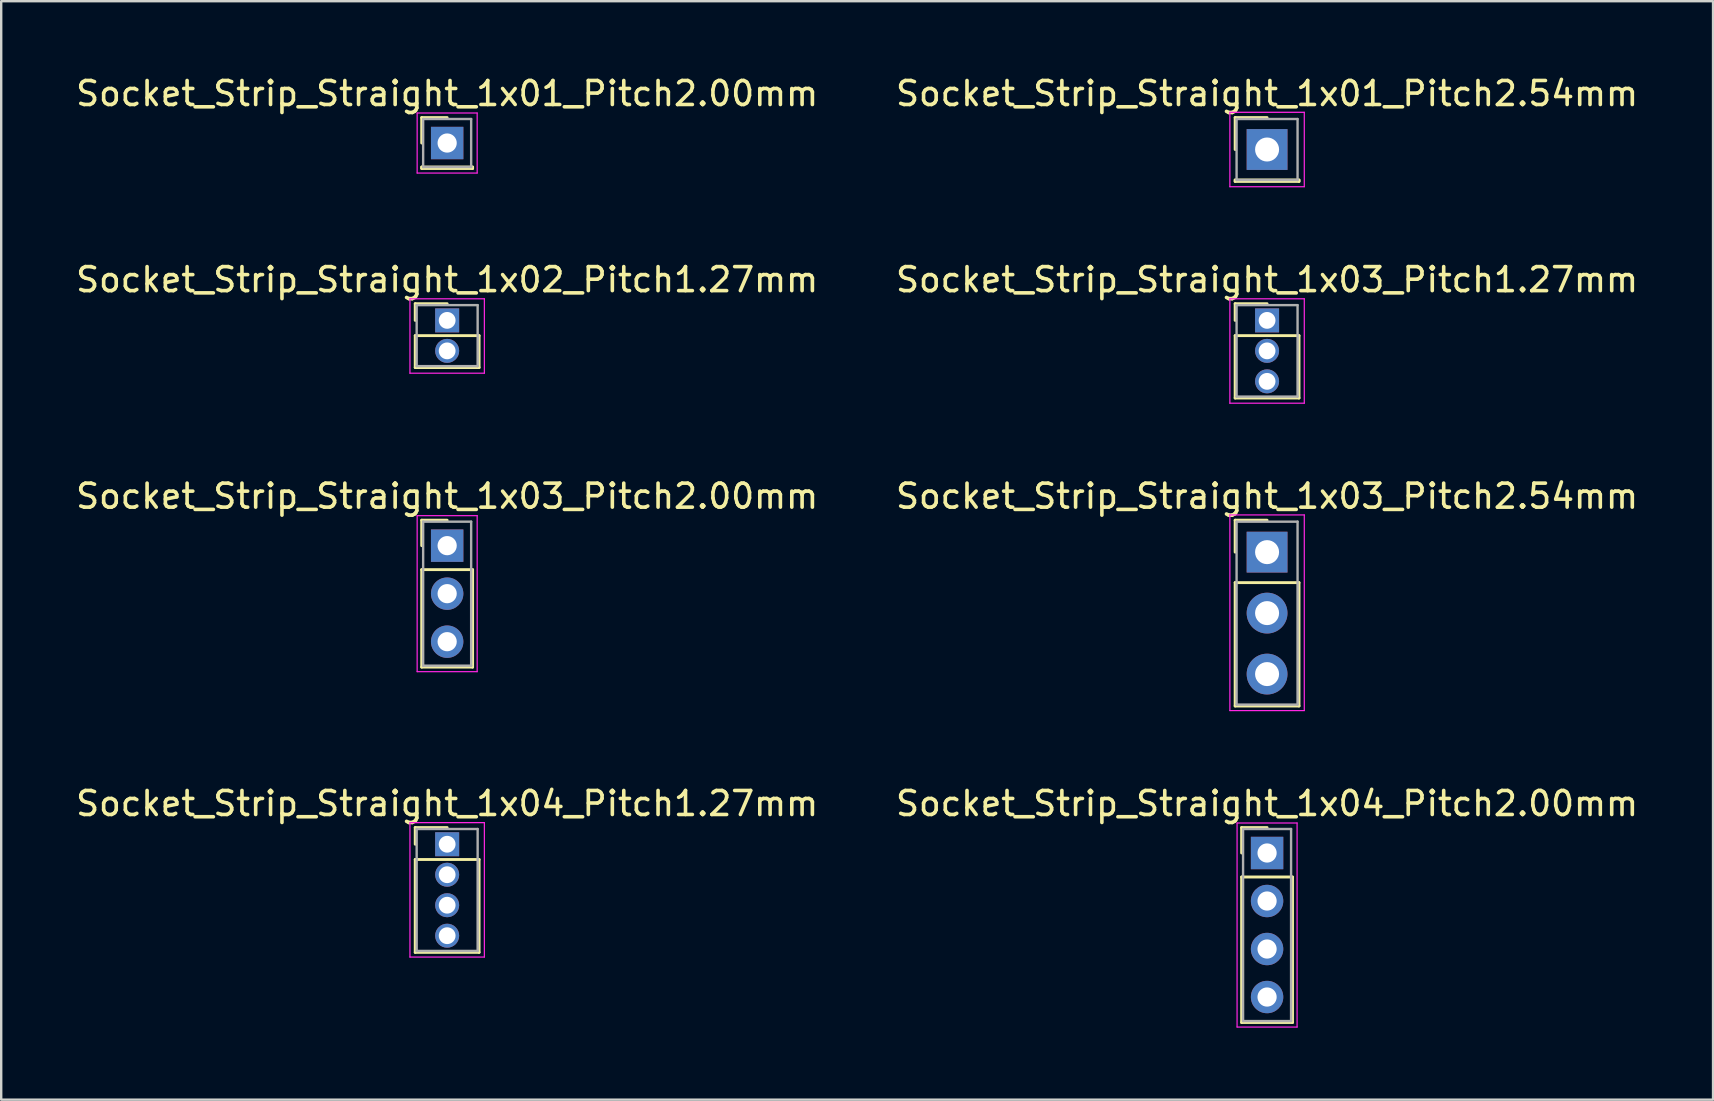
<source format=kicad_pcb>
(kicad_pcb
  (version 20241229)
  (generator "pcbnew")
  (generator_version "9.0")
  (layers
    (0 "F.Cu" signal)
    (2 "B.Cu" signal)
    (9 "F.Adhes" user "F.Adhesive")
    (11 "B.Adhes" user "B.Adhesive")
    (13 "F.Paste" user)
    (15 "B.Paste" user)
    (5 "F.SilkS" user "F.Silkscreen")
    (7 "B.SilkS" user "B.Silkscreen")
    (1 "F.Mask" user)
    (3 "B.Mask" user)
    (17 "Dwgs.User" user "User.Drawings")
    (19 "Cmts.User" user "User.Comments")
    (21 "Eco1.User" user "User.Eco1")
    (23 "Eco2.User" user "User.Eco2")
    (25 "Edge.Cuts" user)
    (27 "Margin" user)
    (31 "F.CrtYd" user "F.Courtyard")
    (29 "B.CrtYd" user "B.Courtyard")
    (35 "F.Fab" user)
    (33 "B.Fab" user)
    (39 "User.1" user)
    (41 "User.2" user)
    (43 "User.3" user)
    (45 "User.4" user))
  (footprint "Socket_Strip_Straight_1x03_Pitch1.27mm"
    (layer "F.Cu")
    (at 49.732 10.296)
    (property "Reference" "Socket_Strip_Straight_1x03_Pitch1.27mm" (at 0 -1.695 0) (layer "F.SilkS") (effects (font (size 1 1) (thickness 0.15))))
    (attr through_hole)
    (fp_line (start -1.33 -0.695) (end 0 -0.695) (stroke (width 0.12) (type solid)) (layer "F.SilkS"))
    (fp_line (start -1.33 0) (end -1.33 -0.695) (stroke (width 0.12) (type solid)) (layer "F.SilkS"))
    (fp_line (start -1.33 0.635) (end -1.33 3.235) (stroke (width 0.12) (type solid)) (layer "F.SilkS"))
    (fp_line (start -1.33 3.235) (end 1.33 3.235) (stroke (width 0.12) (type solid)) (layer "F.SilkS"))
    (fp_line (start 1.33 0.635) (end -1.33 0.635) (stroke (width 0.12) (type solid)) (layer "F.SilkS"))
    (fp_line (start 1.33 3.235) (end 1.33 0.635) (stroke (width 0.12) (type solid)) (layer "F.SilkS"))
    (fp_line (start -1.55 -0.9) (end -1.55 3.45) (stroke (width 0.05) (type solid)) (layer "F.CrtYd"))
    (fp_line (start -1.55 3.45) (end 1.55 3.45) (stroke (width 0.05) (type solid)) (layer "F.CrtYd"))
    (fp_line (start 1.55 -0.9) (end -1.55 -0.9) (stroke (width 0.05) (type solid)) (layer "F.CrtYd"))
    (fp_line (start 1.55 3.45) (end 1.55 -0.9) (stroke (width 0.05) (type solid)) (layer "F.CrtYd"))
    (fp_line (start -1.27 -0.635) (end -1.27 3.175) (stroke (width 0.1) (type solid)) (layer "F.Fab"))
    (fp_line (start -1.27 3.175) (end 1.27 3.175) (stroke (width 0.1) (type solid)) (layer "F.Fab"))
    (fp_line (start 1.27 -0.635) (end -1.27 -0.635) (stroke (width 0.1) (type solid)) (layer "F.Fab"))
    (fp_line (start 1.27 3.175) (end 1.27 -0.635) (stroke (width 0.1) (type solid)) (layer "F.Fab"))
    (pad "1" thru_hole rect (at 0 0) (size 1 1) (drill 0.7) (layers "*.Cu" "*.Mask"))
    (pad "2" thru_hole oval (at 0 1.27) (size 1 1) (drill 0.7) (layers "*.Cu" "*.Mask"))
    (pad "3" thru_hole oval (at 0 2.54) (size 1 1) (drill 0.7) (layers "*.Cu" "*.Mask")))
  (footprint "Socket_Strip_Straight_1x01_Pitch2.00mm"
    (layer "F.Cu")
    (at 15.577 2.908)
    (property "Reference" "Socket_Strip_Straight_1x01_Pitch2.00mm" (at 0 -2.06 0) (layer "F.SilkS") (effects (font (size 1 1) (thickness 0.15))))
    (attr through_hole)
    (fp_line (start -1.06 -1.06) (end 0 -1.06) (stroke (width 0.12) (type solid)) (layer "F.SilkS"))
    (fp_line (start -1.06 0) (end -1.06 -1.06) (stroke (width 0.12) (type solid)) (layer "F.SilkS"))
    (fp_line (start -1.06 1) (end -1.06 1.06) (stroke (width 0.12) (type solid)) (layer "F.SilkS"))
    (fp_line (start -1.06 1.06) (end 1.06 1.06) (stroke (width 0.12) (type solid)) (layer "F.SilkS"))
    (fp_line (start 1.06 1) (end -1.06 1) (stroke (width 0.12) (type solid)) (layer "F.SilkS"))
    (fp_line (start 1.06 1.06) (end 1.06 1) (stroke (width 0.12) (type solid)) (layer "F.SilkS"))
    (fp_line (start -1.25 -1.25) (end -1.25 1.25) (stroke (width 0.05) (type solid)) (layer "F.CrtYd"))
    (fp_line (start -1.25 1.25) (end 1.25 1.25) (stroke (width 0.05) (type solid)) (layer "F.CrtYd"))
    (fp_line (start 1.25 -1.25) (end -1.25 -1.25) (stroke (width 0.05) (type solid)) (layer "F.CrtYd"))
    (fp_line (start 1.25 1.25) (end 1.25 -1.25) (stroke (width 0.05) (type solid)) (layer "F.CrtYd"))
    (fp_line (start -1 -1) (end -1 1) (stroke (width 0.1) (type solid)) (layer "F.Fab"))
    (fp_line (start -1 1) (end 1 1) (stroke (width 0.1) (type solid)) (layer "F.Fab"))
    (fp_line (start 1 -1) (end -1 -1) (stroke (width 0.1) (type solid)) (layer "F.Fab"))
    (fp_line (start 1 1) (end 1 -1) (stroke (width 0.1) (type solid)) (layer "F.Fab"))
    (pad "1" thru_hole rect (at 0 0) (size 1.35 1.35) (drill 0.8) (layers "*.Cu" "*.Mask")))
  (footprint "Socket_Strip_Straight_1x01_Pitch2.54mm"
    (layer "F.Cu")
    (at 49.732 3.178)
    (property "Reference" "Socket_Strip_Straight_1x01_Pitch2.54mm" (at 0 -2.33 0) (layer "F.SilkS") (effects (font (size 1 1) (thickness 0.15))))
    (attr through_hole)
    (fp_line (start -1.33 -1.33) (end 0 -1.33) (stroke (width 0.12) (type solid)) (layer "F.SilkS"))
    (fp_line (start -1.33 0) (end -1.33 -1.33) (stroke (width 0.12) (type solid)) (layer "F.SilkS"))
    (fp_line (start -1.33 1.27) (end -1.33 1.33) (stroke (width 0.12) (type solid)) (layer "F.SilkS"))
    (fp_line (start -1.33 1.33) (end 1.33 1.33) (stroke (width 0.12) (type solid)) (layer "F.SilkS"))
    (fp_line (start 1.33 1.27) (end -1.33 1.27) (stroke (width 0.12) (type solid)) (layer "F.SilkS"))
    (fp_line (start 1.33 1.33) (end 1.33 1.27) (stroke (width 0.12) (type solid)) (layer "F.SilkS"))
    (fp_line (start -1.55 -1.55) (end -1.55 1.55) (stroke (width 0.05) (type solid)) (layer "F.CrtYd"))
    (fp_line (start -1.55 1.55) (end 1.55 1.55) (stroke (width 0.05) (type solid)) (layer "F.CrtYd"))
    (fp_line (start 1.55 -1.55) (end -1.55 -1.55) (stroke (width 0.05) (type solid)) (layer "F.CrtYd"))
    (fp_line (start 1.55 1.55) (end 1.55 -1.55) (stroke (width 0.05) (type solid)) (layer "F.CrtYd"))
    (fp_line (start -1.27 -1.27) (end -1.27 1.27) (stroke (width 0.1) (type solid)) (layer "F.Fab"))
    (fp_line (start -1.27 1.27) (end 1.27 1.27) (stroke (width 0.1) (type solid)) (layer "F.Fab"))
    (fp_line (start 1.27 -1.27) (end -1.27 -1.27) (stroke (width 0.1) (type solid)) (layer "F.Fab"))
    (fp_line (start 1.27 1.27) (end 1.27 -1.27) (stroke (width 0.1) (type solid)) (layer "F.Fab"))
    (pad "1" thru_hole rect (at 0 0) (size 1.7 1.7) (drill 1) (layers "*.Cu" "*.Mask")))
  (footprint "Socket_Strip_Straight_1x03_Pitch2.00mm"
    (layer "F.Cu")
    (at 15.577 19.68)
    (property "Reference" "Socket_Strip_Straight_1x03_Pitch2.00mm" (at 0 -2.06 0) (layer "F.SilkS") (effects (font (size 1 1) (thickness 0.15))))
    (attr through_hole)
    (fp_line (start -1.06 -1.06) (end 0 -1.06) (stroke (width 0.12) (type solid)) (layer "F.SilkS"))
    (fp_line (start -1.06 0) (end -1.06 -1.06) (stroke (width 0.12) (type solid)) (layer "F.SilkS"))
    (fp_line (start -1.06 1) (end -1.06 5.06) (stroke (width 0.12) (type solid)) (layer "F.SilkS"))
    (fp_line (start -1.06 5.06) (end 1.06 5.06) (stroke (width 0.12) (type solid)) (layer "F.SilkS"))
    (fp_line (start 1.06 1) (end -1.06 1) (stroke (width 0.12) (type solid)) (layer "F.SilkS"))
    (fp_line (start 1.06 5.06) (end 1.06 1) (stroke (width 0.12) (type solid)) (layer "F.SilkS"))
    (fp_line (start -1.25 -1.25) (end -1.25 5.25) (stroke (width 0.05) (type solid)) (layer "F.CrtYd"))
    (fp_line (start -1.25 5.25) (end 1.25 5.25) (stroke (width 0.05) (type solid)) (layer "F.CrtYd"))
    (fp_line (start 1.25 -1.25) (end -1.25 -1.25) (stroke (width 0.05) (type solid)) (layer "F.CrtYd"))
    (fp_line (start 1.25 5.25) (end 1.25 -1.25) (stroke (width 0.05) (type solid)) (layer "F.CrtYd"))
    (fp_line (start -1 -1) (end -1 5) (stroke (width 0.1) (type solid)) (layer "F.Fab"))
    (fp_line (start -1 5) (end 1 5) (stroke (width 0.1) (type solid)) (layer "F.Fab"))
    (fp_line (start 1 -1) (end -1 -1) (stroke (width 0.1) (type solid)) (layer "F.Fab"))
    (fp_line (start 1 5) (end 1 -1) (stroke (width 0.1) (type solid)) (layer "F.Fab"))
    (pad "1" thru_hole rect (at 0 0) (size 1.35 1.35) (drill 0.8) (layers "*.Cu" "*.Mask"))
    (pad "2" thru_hole oval (at 0 2) (size 1.35 1.35) (drill 0.8) (layers "*.Cu" "*.Mask"))
    (pad "3" thru_hole oval (at 0 4) (size 1.35 1.35) (drill 0.8) (layers "*.Cu" "*.Mask")))
  (footprint "Socket_Strip_Straight_1x04_Pitch1.27mm"
    (layer "F.Cu")
    (at 15.577 32.118)
    (property "Reference" "Socket_Strip_Straight_1x04_Pitch1.27mm" (at 0 -1.695 0) (layer "F.SilkS") (effects (font (size 1 1) (thickness 0.15))))
    (attr through_hole)
    (fp_line (start -1.33 -0.695) (end 0 -0.695) (stroke (width 0.12) (type solid)) (layer "F.SilkS"))
    (fp_line (start -1.33 0) (end -1.33 -0.695) (stroke (width 0.12) (type solid)) (layer "F.SilkS"))
    (fp_line (start -1.33 0.635) (end -1.33 4.505) (stroke (width 0.12) (type solid)) (layer "F.SilkS"))
    (fp_line (start -1.33 4.505) (end 1.33 4.505) (stroke (width 0.12) (type solid)) (layer "F.SilkS"))
    (fp_line (start 1.33 0.635) (end -1.33 0.635) (stroke (width 0.12) (type solid)) (layer "F.SilkS"))
    (fp_line (start 1.33 4.505) (end 1.33 0.635) (stroke (width 0.12) (type solid)) (layer "F.SilkS"))
    (fp_line (start -1.55 -0.9) (end -1.55 4.7) (stroke (width 0.05) (type solid)) (layer "F.CrtYd"))
    (fp_line (start -1.55 4.7) (end 1.55 4.7) (stroke (width 0.05) (type solid)) (layer "F.CrtYd"))
    (fp_line (start 1.55 -0.9) (end -1.55 -0.9) (stroke (width 0.05) (type solid)) (layer "F.CrtYd"))
    (fp_line (start 1.55 4.7) (end 1.55 -0.9) (stroke (width 0.05) (type solid)) (layer "F.CrtYd"))
    (fp_line (start -1.27 -0.635) (end -1.27 4.445) (stroke (width 0.1) (type solid)) (layer "F.Fab"))
    (fp_line (start -1.27 4.445) (end 1.27 4.445) (stroke (width 0.1) (type solid)) (layer "F.Fab"))
    (fp_line (start 1.27 -0.635) (end -1.27 -0.635) (stroke (width 0.1) (type solid)) (layer "F.Fab"))
    (fp_line (start 1.27 4.445) (end 1.27 -0.635) (stroke (width 0.1) (type solid)) (layer "F.Fab"))
    (pad "1" thru_hole rect (at 0 0) (size 1 1) (drill 0.7) (layers "*.Cu" "*.Mask"))
    (pad "2" thru_hole oval (at 0 1.27) (size 1 1) (drill 0.7) (layers "*.Cu" "*.Mask"))
    (pad "3" thru_hole oval (at 0 2.54) (size 1 1) (drill 0.7) (layers "*.Cu" "*.Mask"))
    (pad "4" thru_hole oval (at 0 3.81) (size 1 1) (drill 0.7) (layers "*.Cu" "*.Mask")))
  (footprint "Socket_Strip_Straight_1x03_Pitch2.54mm"
    (layer "F.Cu")
    (at 49.732 19.95)
    (property "Reference" "Socket_Strip_Straight_1x03_Pitch2.54mm" (at 0 -2.33 0) (layer "F.SilkS") (effects (font (size 1 1) (thickness 0.15))))
    (attr through_hole)
    (fp_line (start -1.33 -1.33) (end 0 -1.33) (stroke (width 0.12) (type solid)) (layer "F.SilkS"))
    (fp_line (start -1.33 0) (end -1.33 -1.33) (stroke (width 0.12) (type solid)) (layer "F.SilkS"))
    (fp_line (start -1.33 1.27) (end -1.33 6.41) (stroke (width 0.12) (type solid)) (layer "F.SilkS"))
    (fp_line (start -1.33 6.41) (end 1.33 6.41) (stroke (width 0.12) (type solid)) (layer "F.SilkS"))
    (fp_line (start 1.33 1.27) (end -1.33 1.27) (stroke (width 0.12) (type solid)) (layer "F.SilkS"))
    (fp_line (start 1.33 6.41) (end 1.33 1.27) (stroke (width 0.12) (type solid)) (layer "F.SilkS"))
    (fp_line (start -1.55 -1.55) (end -1.55 6.6) (stroke (width 0.05) (type solid)) (layer "F.CrtYd"))
    (fp_line (start -1.55 6.6) (end 1.55 6.6) (stroke (width 0.05) (type solid)) (layer "F.CrtYd"))
    (fp_line (start 1.55 -1.55) (end -1.55 -1.55) (stroke (width 0.05) (type solid)) (layer "F.CrtYd"))
    (fp_line (start 1.55 6.6) (end 1.55 -1.55) (stroke (width 0.05) (type solid)) (layer "F.CrtYd"))
    (fp_line (start -1.27 -1.27) (end -1.27 6.35) (stroke (width 0.1) (type solid)) (layer "F.Fab"))
    (fp_line (start -1.27 6.35) (end 1.27 6.35) (stroke (width 0.1) (type solid)) (layer "F.Fab"))
    (fp_line (start 1.27 -1.27) (end -1.27 -1.27) (stroke (width 0.1) (type solid)) (layer "F.Fab"))
    (fp_line (start 1.27 6.35) (end 1.27 -1.27) (stroke (width 0.1) (type solid)) (layer "F.Fab"))
    (pad "1" thru_hole rect (at 0 0) (size 1.7 1.7) (drill 1) (layers "*.Cu" "*.Mask"))
    (pad "2" thru_hole oval (at 0 2.54) (size 1.7 1.7) (drill 1) (layers "*.Cu" "*.Mask"))
    (pad "3" thru_hole oval (at 0 5.08) (size 1.7 1.7) (drill 1) (layers "*.Cu" "*.Mask")))
  (footprint "Socket_Strip_Straight_1x02_Pitch1.27mm"
    (layer "F.Cu")
    (at 15.577 10.296)
    (property "Reference" "Socket_Strip_Straight_1x02_Pitch1.27mm" (at 0 -1.695 0) (layer "F.SilkS") (effects (font (size 1 1) (thickness 0.15))))
    (attr through_hole)
    (fp_line (start -1.33 -0.695) (end 0 -0.695) (stroke (width 0.12) (type solid)) (layer "F.SilkS"))
    (fp_line (start -1.33 0) (end -1.33 -0.695) (stroke (width 0.12) (type solid)) (layer "F.SilkS"))
    (fp_line (start -1.33 0.635) (end -1.33 1.965) (stroke (width 0.12) (type solid)) (layer "F.SilkS"))
    (fp_line (start -1.33 1.965) (end 1.33 1.965) (stroke (width 0.12) (type solid)) (layer "F.SilkS"))
    (fp_line (start 1.33 0.635) (end -1.33 0.635) (stroke (width 0.12) (type solid)) (layer "F.SilkS"))
    (fp_line (start 1.33 1.965) (end 1.33 0.635) (stroke (width 0.12) (type solid)) (layer "F.SilkS"))
    (fp_line (start -1.55 -0.9) (end -1.55 2.2) (stroke (width 0.05) (type solid)) (layer "F.CrtYd"))
    (fp_line (start -1.55 2.2) (end 1.55 2.2) (stroke (width 0.05) (type solid)) (layer "F.CrtYd"))
    (fp_line (start 1.55 -0.9) (end -1.55 -0.9) (stroke (width 0.05) (type solid)) (layer "F.CrtYd"))
    (fp_line (start 1.55 2.2) (end 1.55 -0.9) (stroke (width 0.05) (type solid)) (layer "F.CrtYd"))
    (fp_line (start -1.27 -0.635) (end -1.27 1.905) (stroke (width 0.1) (type solid)) (layer "F.Fab"))
    (fp_line (start -1.27 1.905) (end 1.27 1.905) (stroke (width 0.1) (type solid)) (layer "F.Fab"))
    (fp_line (start 1.27 -0.635) (end -1.27 -0.635) (stroke (width 0.1) (type solid)) (layer "F.Fab"))
    (fp_line (start 1.27 1.905) (end 1.27 -0.635) (stroke (width 0.1) (type solid)) (layer "F.Fab"))
    (pad "1" thru_hole rect (at 0 0) (size 1 1) (drill 0.7) (layers "*.Cu" "*.Mask"))
    (pad "2" thru_hole oval (at 0 1.27) (size 1 1) (drill 0.7) (layers "*.Cu" "*.Mask")))
  (footprint "Socket_Strip_Straight_1x04_Pitch2.00mm"
    (layer "F.Cu")
    (at 49.732 32.483)
    (property "Reference" "Socket_Strip_Straight_1x04_Pitch2.00mm" (at 0 -2.06 0) (layer "F.SilkS") (effects (font (size 1 1) (thickness 0.15))))
    (attr through_hole)
    (fp_line (start -1.06 -1.06) (end 0 -1.06) (stroke (width 0.12) (type solid)) (layer "F.SilkS"))
    (fp_line (start -1.06 0) (end -1.06 -1.06) (stroke (width 0.12) (type solid)) (layer "F.SilkS"))
    (fp_line (start -1.06 1) (end -1.06 7.06) (stroke (width 0.12) (type solid)) (layer "F.SilkS"))
    (fp_line (start -1.06 7.06) (end 1.06 7.06) (stroke (width 0.12) (type solid)) (layer "F.SilkS"))
    (fp_line (start 1.06 1) (end -1.06 1) (stroke (width 0.12) (type solid)) (layer "F.SilkS"))
    (fp_line (start 1.06 7.06) (end 1.06 1) (stroke (width 0.12) (type solid)) (layer "F.SilkS"))
    (fp_line (start -1.25 -1.25) (end -1.25 7.25) (stroke (width 0.05) (type solid)) (layer "F.CrtYd"))
    (fp_line (start -1.25 7.25) (end 1.25 7.25) (stroke (width 0.05) (type solid)) (layer "F.CrtYd"))
    (fp_line (start 1.25 -1.25) (end -1.25 -1.25) (stroke (width 0.05) (type solid)) (layer "F.CrtYd"))
    (fp_line (start 1.25 7.25) (end 1.25 -1.25) (stroke (width 0.05) (type solid)) (layer "F.CrtYd"))
    (fp_line (start -1 -1) (end -1 7) (stroke (width 0.1) (type solid)) (layer "F.Fab"))
    (fp_line (start -1 7) (end 1 7) (stroke (width 0.1) (type solid)) (layer "F.Fab"))
    (fp_line (start 1 -1) (end -1 -1) (stroke (width 0.1) (type solid)) (layer "F.Fab"))
    (fp_line (start 1 7) (end 1 -1) (stroke (width 0.1) (type solid)) (layer "F.Fab"))
    (pad "1" thru_hole rect (at 0 0) (size 1.35 1.35) (drill 0.8) (layers "*.Cu" "*.Mask"))
    (pad "2" thru_hole oval (at 0 2) (size 1.35 1.35) (drill 0.8) (layers "*.Cu" "*.Mask"))
    (pad "3" thru_hole oval (at 0 4) (size 1.35 1.35) (drill 0.8) (layers "*.Cu" "*.Mask"))
    (pad "4" thru_hole oval (at 0 6) (size 1.35 1.35) (drill 0.8) (layers "*.Cu" "*.Mask")))
  (gr_rect
    (start -3 -3)
    (end 68.31 42.758)
    (stroke (width 0.1) (type default))
    (fill no)
    (layer "Edge.Cuts")))
</source>
